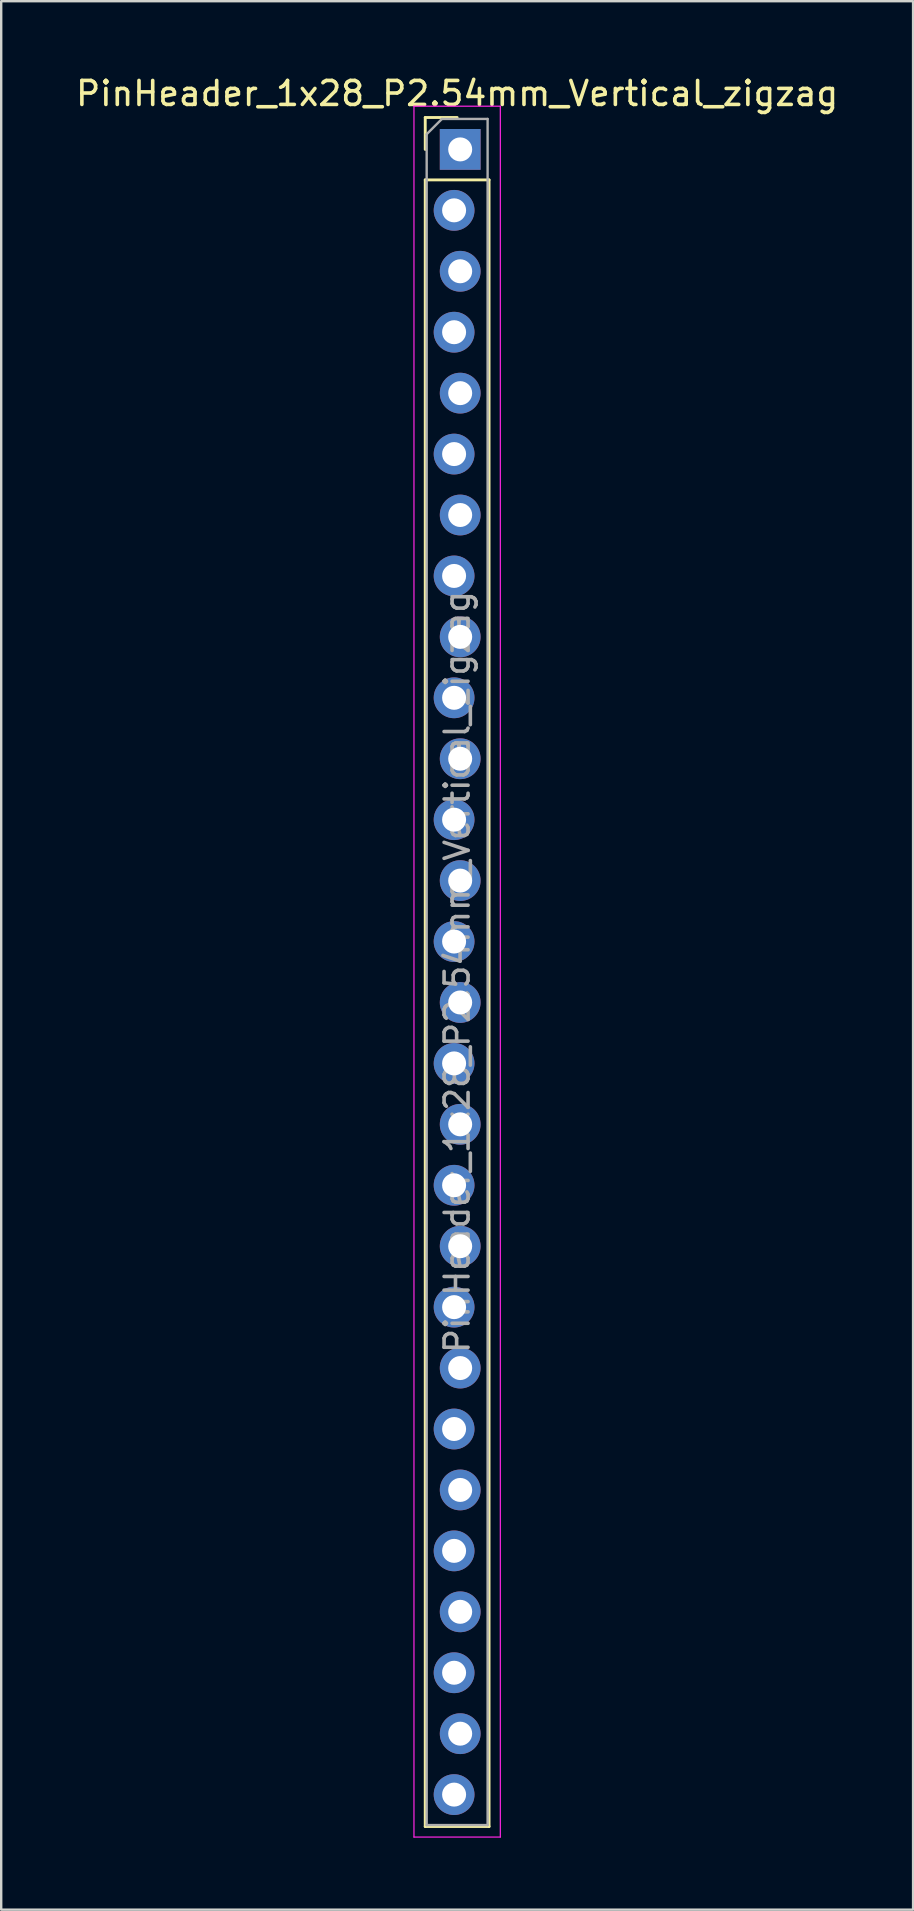
<source format=kicad_pcb>
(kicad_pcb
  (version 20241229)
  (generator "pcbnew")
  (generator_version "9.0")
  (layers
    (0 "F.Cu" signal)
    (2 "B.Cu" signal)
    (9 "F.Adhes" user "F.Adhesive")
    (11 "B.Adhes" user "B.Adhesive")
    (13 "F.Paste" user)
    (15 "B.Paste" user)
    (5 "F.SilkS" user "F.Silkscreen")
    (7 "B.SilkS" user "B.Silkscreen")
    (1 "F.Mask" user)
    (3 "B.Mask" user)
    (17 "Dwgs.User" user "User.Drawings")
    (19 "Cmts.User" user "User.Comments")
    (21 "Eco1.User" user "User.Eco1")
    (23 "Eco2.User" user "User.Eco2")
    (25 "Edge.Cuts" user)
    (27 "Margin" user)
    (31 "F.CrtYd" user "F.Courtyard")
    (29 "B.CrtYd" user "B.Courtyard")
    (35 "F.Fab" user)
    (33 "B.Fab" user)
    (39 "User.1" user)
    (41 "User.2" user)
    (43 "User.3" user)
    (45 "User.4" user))
  (footprint "PinHeader_1x28_P2.54mm_Vertical_zigzag"
    (layer "F.Cu")
    (at 16.006 3.178)
    (property "Reference" "PinHeader_1x28_P2.54mm_Vertical_zigzag" (at 0 -2.33 0) (layer "F.SilkS") (effects (font (size 1 1) (thickness 0.15))))
    (attr through_hole)
    (fp_line (start -1.33 -1.33) (end 0 -1.33) (stroke (width 0.12) (type solid)) (layer "F.SilkS"))
    (fp_line (start -1.33 0) (end -1.33 -1.33) (stroke (width 0.12) (type solid)) (layer "F.SilkS"))
    (fp_line (start -1.33 1.27) (end -1.33 69.91) (stroke (width 0.12) (type solid)) (layer "F.SilkS"))
    (fp_line (start -1.33 1.27) (end 1.33 1.27) (stroke (width 0.12) (type solid)) (layer "F.SilkS"))
    (fp_line (start -1.33 69.91) (end 1.33 69.91) (stroke (width 0.12) (type solid)) (layer "F.SilkS"))
    (fp_line (start 1.33 1.27) (end 1.33 69.91) (stroke (width 0.12) (type solid)) (layer "F.SilkS"))
    (fp_line (start -1.8 -1.8) (end -1.8 70.35) (stroke (width 0.05) (type solid)) (layer "F.CrtYd"))
    (fp_line (start -1.8 70.35) (end 1.8 70.35) (stroke (width 0.05) (type solid)) (layer "F.CrtYd"))
    (fp_line (start 1.8 -1.8) (end -1.8 -1.8) (stroke (width 0.05) (type solid)) (layer "F.CrtYd"))
    (fp_line (start 1.8 70.35) (end 1.8 -1.8) (stroke (width 0.05) (type solid)) (layer "F.CrtYd"))
    (fp_line (start -1.27 -0.635) (end -0.635 -1.27) (stroke (width 0.1) (type solid)) (layer "F.Fab"))
    (fp_line (start -1.27 69.85) (end -1.27 -0.635) (stroke (width 0.1) (type solid)) (layer "F.Fab"))
    (fp_line (start -0.635 -1.27) (end 1.27 -1.27) (stroke (width 0.1) (type solid)) (layer "F.Fab"))
    (fp_line (start 1.27 -1.27) (end 1.27 69.85) (stroke (width 0.1) (type solid)) (layer "F.Fab"))
    (fp_line (start 1.27 69.85) (end -1.27 69.85) (stroke (width 0.1) (type solid)) (layer "F.Fab"))
    (fp_text user "${REFERENCE}" (at 0 34.29 90) (layer "F.Fab") (effects (font (size 1 1) (thickness 0.15))))
    (pad "1" thru_hole rect (at 0.127 0) (size 1.7 1.7) (drill 1) (layers "*.Cu" "*.Mask"))
    (pad "2" thru_hole oval (at -0.127 2.54) (size 1.7 1.7) (drill 1) (layers "*.Cu" "*.Mask"))
    (pad "3" thru_hole oval (at 0.127 5.08) (size 1.7 1.7) (drill 1) (layers "*.Cu" "*.Mask"))
    (pad "4" thru_hole oval (at -0.127 7.62) (size 1.7 1.7) (drill 1) (layers "*.Cu" "*.Mask"))
    (pad "5" thru_hole oval (at 0.127 10.16) (size 1.7 1.7) (drill 1) (layers "*.Cu" "*.Mask"))
    (pad "6" thru_hole oval (at -0.127 12.7) (size 1.7 1.7) (drill 1) (layers "*.Cu" "*.Mask"))
    (pad "7" thru_hole oval (at 0.127 15.24) (size 1.7 1.7) (drill 1) (layers "*.Cu" "*.Mask"))
    (pad "8" thru_hole oval (at -0.127 17.78) (size 1.7 1.7) (drill 1) (layers "*.Cu" "*.Mask"))
    (pad "9" thru_hole oval (at 0.127 20.32) (size 1.7 1.7) (drill 1) (layers "*.Cu" "*.Mask"))
    (pad "10" thru_hole oval (at -0.127 22.86) (size 1.7 1.7) (drill 1) (layers "*.Cu" "*.Mask"))
    (pad "11" thru_hole oval (at 0.127 25.4) (size 1.7 1.7) (drill 1) (layers "*.Cu" "*.Mask"))
    (pad "12" thru_hole oval (at -0.127 27.94) (size 1.7 1.7) (drill 1) (layers "*.Cu" "*.Mask"))
    (pad "13" thru_hole oval (at 0.127 30.48) (size 1.7 1.7) (drill 1) (layers "*.Cu" "*.Mask"))
    (pad "14" thru_hole oval (at -0.127 33.02) (size 1.7 1.7) (drill 1) (layers "*.Cu" "*.Mask"))
    (pad "15" thru_hole oval (at 0.127 35.56) (size 1.7 1.7) (drill 1) (layers "*.Cu" "*.Mask"))
    (pad "16" thru_hole oval (at -0.127 38.1) (size 1.7 1.7) (drill 1) (layers "*.Cu" "*.Mask"))
    (pad "17" thru_hole oval (at 0.127 40.64) (size 1.7 1.7) (drill 1) (layers "*.Cu" "*.Mask"))
    (pad "18" thru_hole oval (at -0.127 43.18) (size 1.7 1.7) (drill 1) (layers "*.Cu" "*.Mask"))
    (pad "19" thru_hole oval (at 0.127 45.72) (size 1.7 1.7) (drill 1) (layers "*.Cu" "*.Mask"))
    (pad "20" thru_hole oval (at -0.127 48.26) (size 1.7 1.7) (drill 1) (layers "*.Cu" "*.Mask"))
    (pad "21" thru_hole oval (at 0.127 50.8) (size 1.7 1.7) (drill 1) (layers "*.Cu" "*.Mask"))
    (pad "22" thru_hole oval (at -0.127 53.34) (size 1.7 1.7) (drill 1) (layers "*.Cu" "*.Mask"))
    (pad "23" thru_hole oval (at 0.127 55.88) (size 1.7 1.7) (drill 1) (layers "*.Cu" "*.Mask"))
    (pad "24" thru_hole oval (at -0.127 58.42) (size 1.7 1.7) (drill 1) (layers "*.Cu" "*.Mask"))
    (pad "25" thru_hole oval (at 0.127 60.96) (size 1.7 1.7) (drill 1) (layers "*.Cu" "*.Mask"))
    (pad "26" thru_hole oval (at -0.127 63.5) (size 1.7 1.7) (drill 1) (layers "*.Cu" "*.Mask"))
    (pad "27" thru_hole oval (at 0.127 66.04) (size 1.7 1.7) (drill 1) (layers "*.Cu" "*.Mask"))
    (pad "28" thru_hole oval (at -0.127 68.58) (size 1.7 1.7) (drill 1) (layers "*.Cu" "*.Mask")))
  (gr_rect
    (start -3 -3)
    (end 35.012 76.553)
    (stroke (width 0.1) (type default))
    (fill no)
    (layer "Edge.Cuts")))
</source>
